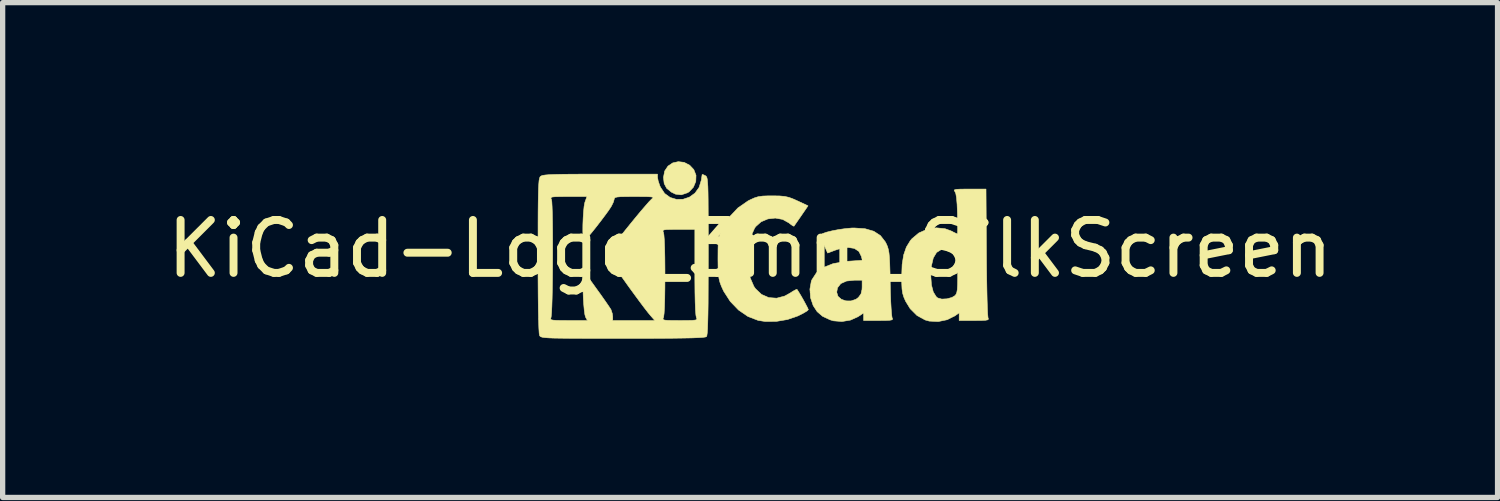
<source format=kicad_pcb>
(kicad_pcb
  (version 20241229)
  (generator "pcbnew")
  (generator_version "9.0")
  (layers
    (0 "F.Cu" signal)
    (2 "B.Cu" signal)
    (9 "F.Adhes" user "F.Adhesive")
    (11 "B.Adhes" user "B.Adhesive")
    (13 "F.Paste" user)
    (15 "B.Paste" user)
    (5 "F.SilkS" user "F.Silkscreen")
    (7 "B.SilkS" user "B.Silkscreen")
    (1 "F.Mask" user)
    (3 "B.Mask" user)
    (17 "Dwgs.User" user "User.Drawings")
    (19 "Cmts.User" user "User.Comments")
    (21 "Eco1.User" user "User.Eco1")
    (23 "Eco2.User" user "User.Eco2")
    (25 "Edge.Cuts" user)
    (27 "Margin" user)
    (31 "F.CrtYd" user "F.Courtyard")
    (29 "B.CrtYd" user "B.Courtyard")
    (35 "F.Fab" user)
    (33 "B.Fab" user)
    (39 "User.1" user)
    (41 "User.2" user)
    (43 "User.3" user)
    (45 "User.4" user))
  (footprint "KiCad-Logo_3mm_SilkScreen"
    (layer "F.Cu")
    (at 11.125 1.652)
    (property "Reference" "KiCad-Logo_3mm_SilkScreen" (at 0 0 0) (layer "F.SilkS") (effects (font (size 1 1) (thickness 0.15))))
    (attr exclude_from_pos_files exclude_from_bom)
    (fp_poly (pts (xy -1.247 -1.634) (xy -1.142 -1.58) (xy -1.064 -1.497) (xy -1.022 -1.39) (xy -1.026 -1.274) (xy -1.071 -1.165) (xy -1.152 -1.078) (xy -1.184 -1.059) (xy -1.3 -1.02) (xy -1.409 -1.033) (xy -1.487 -1.071) (xy -1.577 -1.144) (xy -1.624 -1.234) (xy -1.637 -1.349) (xy -1.614 -1.47) (xy -1.552 -1.563) (xy -1.463 -1.623) (xy -1.357 -1.647) (xy -1.247 -1.634)) (stroke (width 0.01) (type solid)) (fill yes) (layer "F.SilkS"))
    (fp_poly (pts (xy 0.557 -0.999) (xy 0.655 -0.99) (xy 0.738 -0.971) (xy 0.827 -0.937) (xy 0.893 -0.907) (xy 1.095 -0.813) (xy 0.966 -0.625) (xy 0.905 -0.537) (xy 0.857 -0.468) (xy 0.831 -0.43) (xy 0.829 -0.427) (xy 0.805 -0.436) (xy 0.754 -0.473) (xy 0.735 -0.489) (xy 0.615 -0.556) (xy 0.477 -0.581) (xy 0.336 -0.565) (xy 0.208 -0.511) (xy 0.106 -0.42) (xy 0.085 -0.39) (xy 0.012 -0.228) (xy -0.033 -0.038) (xy -0.05 0.165) (xy -0.038 0.366) (xy 0.003 0.552) (xy 0.071 0.709) (xy 0.101 0.753) (xy 0.216 0.862) (xy 0.353 0.922) (xy 0.502 0.933) (xy 0.656 0.892) (xy 0.744 0.843) (xy 0.818 0.797) (xy 0.869 0.77) (xy 0.886 0.766) (xy 0.916 0.812) (xy 0.961 0.886) (xy 1.01 0.972) (xy 1.055 1.055) (xy 1.088 1.119) (xy 1.101 1.15) (xy 1.077 1.174) (xy 1.014 1.212) (xy 0.924 1.258) (xy 0.902 1.269) (xy 0.707 1.336) (xy 0.493 1.372) (xy 0.284 1.373) (xy 0.153 1.353) (xy -0.04 1.279) (xy -0.218 1.157) (xy -0.375 0.994) (xy -0.5 0.8) (xy -0.543 0.706) (xy -0.57 0.633) (xy -0.588 0.56) (xy -0.599 0.474) (xy -0.605 0.362) (xy -0.607 0.209) (xy -0.607 0.169) (xy -0.606 0.014) (xy -0.603 -0.099) (xy -0.595 -0.182) (xy -0.581 -0.249) (xy -0.557 -0.313) (xy -0.523 -0.389) (xy -0.52 -0.395) (xy -0.395 -0.598) (xy -0.231 -0.772) (xy -0.04 -0.905) (xy -0.007 -0.922) (xy 0.078 -0.961) (xy 0.154 -0.985) (xy 0.239 -0.997) (xy 0.353 -1.001) (xy 0.423 -1.001) (xy 0.557 -0.999)) (stroke (width 0.01) (type solid)) (fill yes) (layer "F.SilkS"))
    (fp_poly (pts (xy 2.172 -0.38) (xy 2.337 -0.332) (xy 2.463 -0.25) (xy 2.556 -0.13) (xy 2.578 -0.087) (xy 2.598 -0.039) (xy 2.613 0.014) (xy 2.625 0.08) (xy 2.633 0.167) (xy 2.639 0.284) (xy 2.644 0.44) (xy 2.648 0.644) (xy 2.648 0.649) (xy 2.652 0.831) (xy 2.658 0.996) (xy 2.666 1.135) (xy 2.674 1.238) (xy 2.682 1.297) (xy 2.685 1.305) (xy 2.693 1.328) (xy 2.681 1.342) (xy 2.64 1.35) (xy 2.562 1.354) (xy 2.437 1.355) (xy 2.428 1.355) (xy 2.145 1.355) (xy 2.145 1.213) (xy 2.035 1.285) (xy 1.897 1.347) (xy 1.736 1.374) (xy 1.577 1.361) (xy 1.512 1.342) (xy 1.369 1.275) (xy 1.267 1.187) (xy 1.192 1.072) (xy 1.142 0.924) (xy 1.135 0.821) (xy 1.637 0.821) (xy 1.661 0.898) (xy 1.724 0.954) (xy 1.811 0.984) (xy 1.908 0.985) (xy 2 0.954) (xy 2.047 0.919) (xy 2.096 0.852) (xy 2.115 0.768) (xy 2.117 0.721) (xy 2.117 0.593) (xy 1.974 0.593) (xy 1.822 0.609) (xy 1.714 0.657) (xy 1.652 0.736) (xy 1.637 0.821) (xy 1.135 0.821) (xy 1.13 0.763) (xy 1.157 0.612) (xy 1.168 0.585) (xy 1.254 0.453) (xy 1.388 0.351) (xy 1.569 0.28) (xy 1.796 0.239) (xy 1.866 0.234) (xy 2.121 0.217) (xy 2.103 0.144) (xy 2.056 0.049) (xy 1.97 -0.008) (xy 1.851 -0.026) (xy 1.704 -0.005) (xy 1.608 0.026) (xy 1.465 0.08) (xy 1.395 -0.078) (xy 1.359 -0.166) (xy 1.338 -0.234) (xy 1.334 -0.264) (xy 1.367 -0.287) (xy 1.444 -0.314) (xy 1.55 -0.34) (xy 1.674 -0.364) (xy 1.802 -0.382) (xy 1.921 -0.393) (xy 1.964 -0.394) (xy 2.172 -0.38)) (stroke (width 0.01) (type solid)) (fill yes) (layer "F.SilkS"))
    (fp_poly (pts (xy 4.458 -1.129) (xy 4.466 0.064) (xy 4.468 0.319) (xy 4.471 0.558) (xy 4.475 0.775) (xy 4.479 0.962) (xy 4.484 1.115) (xy 4.489 1.227) (xy 4.495 1.292) (xy 4.497 1.305) (xy 4.504 1.328) (xy 4.491 1.342) (xy 4.45 1.35) (xy 4.371 1.354) (xy 4.246 1.355) (xy 4.236 1.355) (xy 3.951 1.355) (xy 3.951 1.21) (xy 3.873 1.265) (xy 3.724 1.34) (xy 3.554 1.375) (xy 3.385 1.366) (xy 3.309 1.345) (xy 3.155 1.261) (xy 3.025 1.131) (xy 2.939 0.991) (xy 2.905 0.913) (xy 2.883 0.841) (xy 2.871 0.76) (xy 2.866 0.653) (xy 2.865 0.522) (xy 2.865 0.516) (xy 3.415 0.516) (xy 3.427 0.683) (xy 3.462 0.816) (xy 3.518 0.906) (xy 3.546 0.929) (xy 3.622 0.95) (xy 3.72 0.945) (xy 3.815 0.919) (xy 3.869 0.887) (xy 3.891 0.861) (xy 3.906 0.825) (xy 3.916 0.768) (xy 3.921 0.68) (xy 3.923 0.551) (xy 3.923 0.465) (xy 3.922 0.3) (xy 3.916 0.183) (xy 3.902 0.105) (xy 3.876 0.057) (xy 3.834 0.03) (xy 3.772 0.014) (xy 3.725 0.008) (xy 3.612 0.014) (xy 3.524 0.069) (xy 3.462 0.172) (xy 3.426 0.325) (xy 3.415 0.516) (xy 2.865 0.516) (xy 2.873 0.297) (xy 2.902 0.116) (xy 2.953 -0.032) (xy 3.029 -0.156) (xy 3.058 -0.19) (xy 3.188 -0.299) (xy 3.345 -0.369) (xy 3.516 -0.397) (xy 3.684 -0.38) (xy 3.796 -0.339) (xy 3.865 -0.304) (xy 3.91 -0.284) (xy 3.918 -0.282) (xy 3.921 -0.309) (xy 3.922 -0.381) (xy 3.922 -0.49) (xy 3.919 -0.623) (xy 3.919 -0.659) (xy 3.912 -0.837) (xy 3.901 -0.965) (xy 3.887 -1.046) (xy 3.87 -1.082) (xy 3.857 -1.103) (xy 3.865 -1.116) (xy 3.902 -1.124) (xy 3.976 -1.128) (xy 4.096 -1.129) (xy 4.145 -1.129) (xy 4.458 -1.129)) (stroke (width 0.01) (type solid)) (fill yes) (layer "F.SilkS"))
    (fp_poly (pts (xy -1.749 -1.348) (xy -1.737 -1.283) (xy -1.708 -1.197) (xy -1.694 -1.165) (xy -1.615 -1.046) (xy -1.51 -0.97) (xy -1.39 -0.934) (xy -1.265 -0.937) (xy -1.146 -0.977) (xy -1.042 -1.052) (xy -0.964 -1.16) (xy -0.922 -1.298) (xy -0.912 -1.366) (xy -0.906 -1.403) (xy -0.906 -1.405) (xy -0.883 -1.4) (xy -0.847 -1.383) (xy -0.834 -1.375) (xy -0.824 -1.362) (xy -0.815 -1.341) (xy -0.808 -1.305) (xy -0.803 -1.252) (xy -0.798 -1.175) (xy -0.795 -1.071) (xy -0.793 -0.935) (xy -0.792 -0.762) (xy -0.791 -0.548) (xy -0.79 -0.289) (xy -0.79 0.021) (xy -0.79 0.136) (xy -0.791 0.487) (xy -0.792 0.784) (xy -0.793 1.032) (xy -0.796 1.233) (xy -0.8 1.391) (xy -0.804 1.51) (xy -0.81 1.592) (xy -0.817 1.641) (xy -0.824 1.659) (xy -0.846 1.667) (xy -0.898 1.674) (xy -0.983 1.679) (xy -1.105 1.684) (xy -1.266 1.687) (xy -1.47 1.69) (xy -1.721 1.692) (xy -2.021 1.693) (xy -2.374 1.693) (xy -2.404 1.693) (xy -2.738 1.693) (xy -3.021 1.693) (xy -3.256 1.692) (xy -3.448 1.691) (xy -3.602 1.689) (xy -3.721 1.687) (xy -3.811 1.683) (xy -3.876 1.678) (xy -3.921 1.672) (xy -3.949 1.664) (xy -3.966 1.655) (xy -3.975 1.644) (xy -3.978 1.639) (xy -3.986 1.596) (xy -3.992 1.498) (xy -3.997 1.345) (xy -3.998 1.326) (xy -3.77 1.326) (xy -3.759 1.34) (xy -3.722 1.348) (xy -3.652 1.353) (xy -3.539 1.354) (xy -3.431 1.355) (xy -3.074 1.355) (xy -3.109 1.291) (xy -3.122 1.245) (xy -3.134 1.16) (xy -3.144 1.05) (xy -3.152 0.924) (xy -3.157 0.792) (xy -3.159 0.668) (xy -3.159 0.56) (xy -3.154 0.48) (xy -3.146 0.439) (xy -3.139 0.437) (xy -3.108 0.476) (xy -3.052 0.55) (xy -2.979 0.649) (xy -2.898 0.762) (xy -2.815 0.877) (xy -2.739 0.985) (xy -2.677 1.075) (xy -2.638 1.134) (xy -2.629 1.148) (xy -2.603 1.227) (xy -2.596 1.282) (xy -2.596 1.355) (xy -1.8 1.355) (xy -1.828 1.323) (xy -1.647 1.323) (xy -1.641 1.338) (xy -1.611 1.348) (xy -1.549 1.353) (xy -1.445 1.354) (xy -1.326 1.355) (xy -1.184 1.354) (xy -1.089 1.352) (xy -1.033 1.346) (xy -1.009 1.336) (xy -1.006 1.319) (xy -1.015 1.3) (xy -1.024 1.254) (xy -1.032 1.156) (xy -1.038 1.009) (xy -1.042 0.818) (xy -1.044 0.586) (xy -1.044 0.439) (xy -1.044 -0.367) (xy -1.356 -0.367) (xy -1.491 -0.366) (xy -1.579 -0.364) (xy -1.628 -0.357) (xy -1.647 -0.345) (xy -1.645 -0.326) (xy -1.638 -0.312) (xy -1.629 -0.266) (xy -1.621 -0.168) (xy -1.615 -0.023) (xy -1.611 0.166) (xy -1.609 0.392) (xy -1.609 0.494) (xy -1.61 0.735) (xy -1.613 0.939) (xy -1.618 1.103) (xy -1.625 1.22) (xy -1.634 1.288) (xy -1.638 1.3) (xy -1.647 1.323) (xy -1.828 1.323) (xy -1.884 1.259) (xy -1.933 1.2) (xy -2.004 1.108) (xy -2.091 0.992) (xy -2.188 0.86) (xy -2.291 0.719) (xy -2.393 0.576) (xy -2.49 0.44) (xy -2.576 0.318) (xy -2.644 0.218) (xy -2.691 0.147) (xy -2.709 0.113) (xy -2.709 0.112) (xy -2.692 0.081) (xy -2.645 0.014) (xy -2.573 -0.081) (xy -2.483 -0.196) (xy -2.381 -0.324) (xy -2.274 -0.457) (xy -2.167 -0.588) (xy -2.066 -0.71) (xy -1.977 -0.813) (xy -1.908 -0.892) (xy -1.863 -0.938) (xy -1.855 -0.945) (xy -1.835 -0.962) (xy -1.836 -0.974) (xy -1.867 -0.981) (xy -1.934 -0.986) (xy -2.043 -0.987) (xy -2.181 -0.988) (xy -2.336 -0.987) (xy -2.444 -0.985) (xy -2.512 -0.979) (xy -2.55 -0.969) (xy -2.566 -0.954) (xy -2.568 -0.938) (xy -2.583 -0.884) (xy -2.619 -0.81) (xy -2.632 -0.788) (xy -2.678 -0.719) (xy -2.744 -0.629) (xy -2.823 -0.524) (xy -2.906 -0.417) (xy -2.987 -0.315) (xy -3.058 -0.23) (xy -3.111 -0.169) (xy -3.139 -0.143) (xy -3.14 -0.143) (xy -3.151 -0.168) (xy -3.158 -0.236) (xy -3.161 -0.337) (xy -3.16 -0.456) (xy -3.155 -0.581) (xy -3.147 -0.701) (xy -3.137 -0.802) (xy -3.124 -0.872) (xy -3.121 -0.882) (xy -3.083 -0.988) (xy -3.433 -0.988) (xy -3.579 -0.987) (xy -3.676 -0.985) (xy -3.734 -0.98) (xy -3.76 -0.97) (xy -3.764 -0.954) (xy -3.754 -0.932) (xy -3.747 -0.891) (xy -3.742 -0.802) (xy -3.737 -0.671) (xy -3.734 -0.507) (xy -3.732 -0.317) (xy -3.731 -0.109) (xy -3.731 0.109) (xy -3.732 0.33) (xy -3.734 0.546) (xy -3.737 0.749) (xy -3.741 0.932) (xy -3.746 1.087) (xy -3.752 1.206) (xy -3.759 1.282) (xy -3.764 1.305) (xy -3.77 1.326) (xy -3.998 1.326) (xy -4.002 1.139) (xy -4.005 0.881) (xy -4.007 0.572) (xy -4.008 0.212) (xy -4.008 0.131) (xy -4.007 -0.196) (xy -4.007 -0.472) (xy -4.006 -0.7) (xy -4.004 -0.885) (xy -4.001 -1.032) (xy -3.998 -1.146) (xy -3.993 -1.23) (xy -3.988 -1.29) (xy -3.98 -1.33) (xy -3.972 -1.354) (xy -3.963 -1.367) (xy -3.946 -1.378) (xy -3.917 -1.388) (xy -3.869 -1.395) (xy -3.799 -1.401) (xy -3.699 -1.405) (xy -3.567 -1.408) (xy -3.395 -1.41) (xy -3.178 -1.411) (xy -2.912 -1.411) (xy -2.834 -1.411) (xy -1.75 -1.411) (xy -1.749 -1.348)) (stroke (width 0.01) (type solid)) (fill yes) (layer "F.SilkS")))
  (gr_rect
    (start -3 -3)
    (end 25.25 6.351)
    (stroke (width 0.1) (type default))
    (fill no)
    (layer "Edge.Cuts")))
</source>
